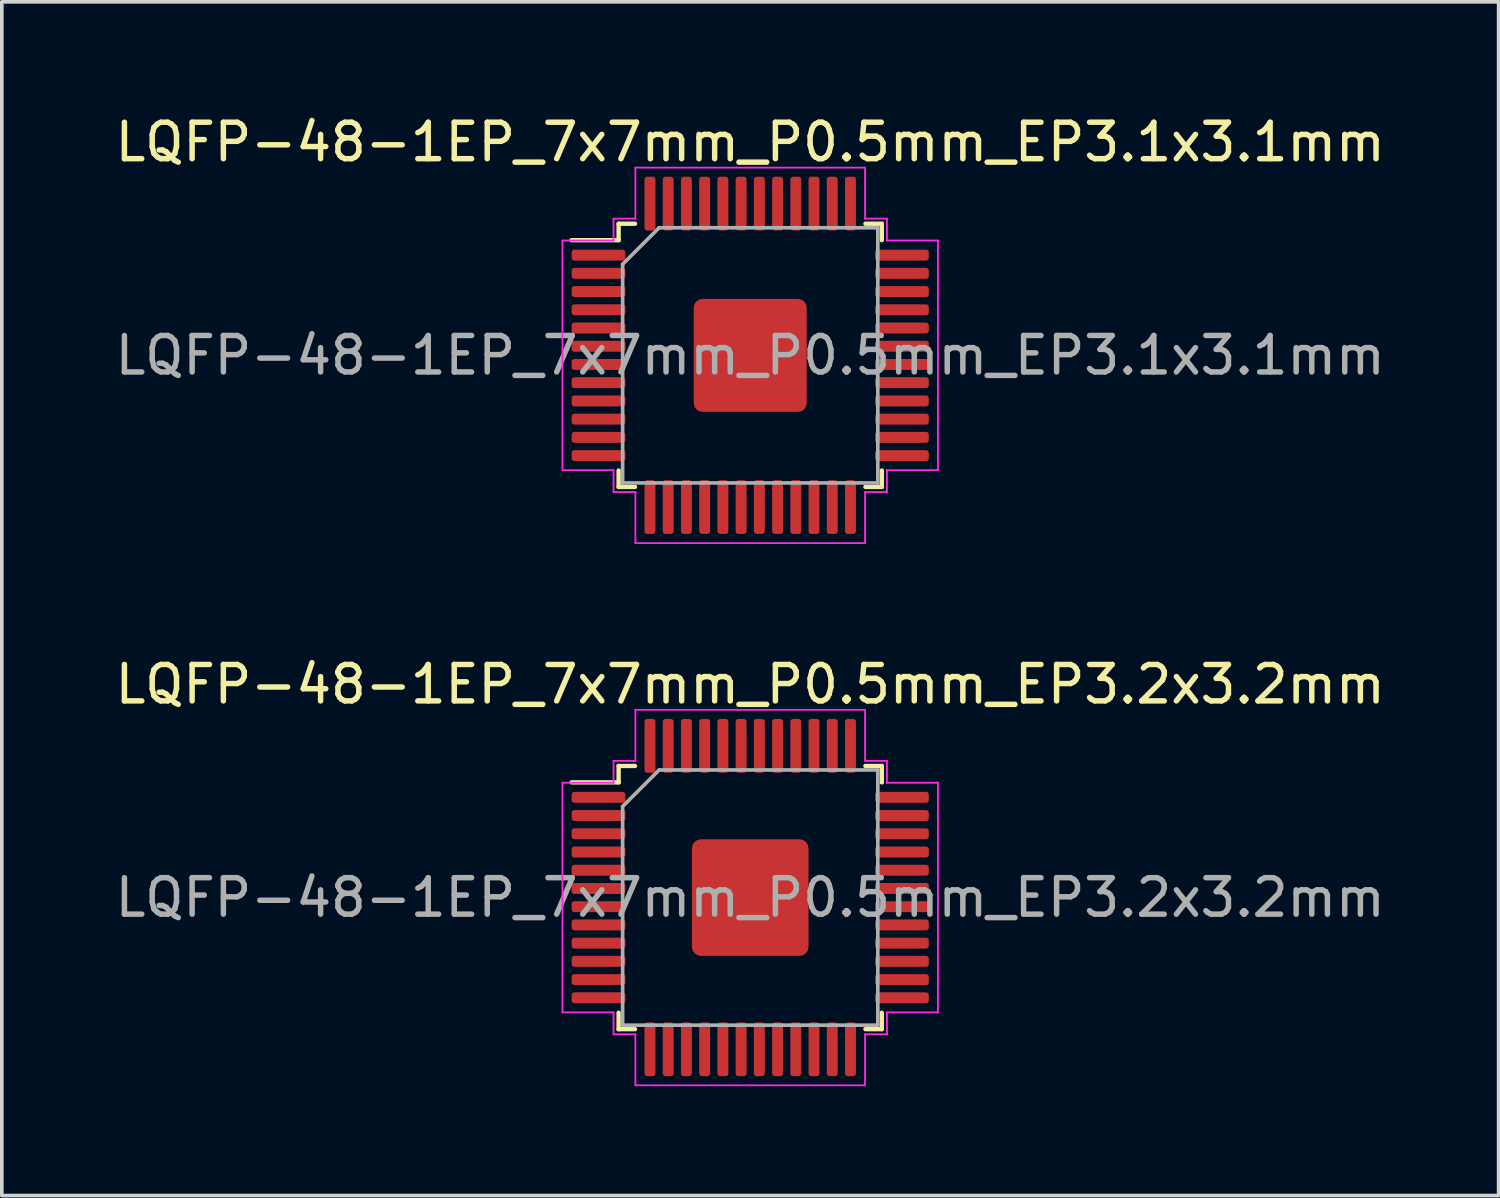
<source format=kicad_pcb>
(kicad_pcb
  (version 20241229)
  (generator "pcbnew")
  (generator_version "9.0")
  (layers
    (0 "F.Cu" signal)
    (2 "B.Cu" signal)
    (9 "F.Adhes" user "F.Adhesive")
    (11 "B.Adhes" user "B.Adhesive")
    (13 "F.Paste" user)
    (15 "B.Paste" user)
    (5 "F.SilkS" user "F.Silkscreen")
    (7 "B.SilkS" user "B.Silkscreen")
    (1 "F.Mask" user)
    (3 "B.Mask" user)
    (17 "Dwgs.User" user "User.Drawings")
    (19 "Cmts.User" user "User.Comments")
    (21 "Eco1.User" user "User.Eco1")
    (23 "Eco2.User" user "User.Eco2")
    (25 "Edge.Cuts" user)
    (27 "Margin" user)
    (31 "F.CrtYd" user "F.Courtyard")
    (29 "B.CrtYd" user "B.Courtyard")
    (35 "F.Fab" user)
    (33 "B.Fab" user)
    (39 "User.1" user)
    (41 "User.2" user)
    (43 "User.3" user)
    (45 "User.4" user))
  (footprint "LQFP-48-1EP_7x7mm_P0.5mm_EP3.2x3.2mm"
    (layer "F.Cu")
    (at 17.53 21.572)
    (property "Reference" "LQFP-48-1EP_7x7mm_P0.5mm_EP3.2x3.2mm" (at 0 -5.85 0) (layer "F.SilkS") (effects (font (size 1 1) (thickness 0.15))))
    (attr smd)
    (fp_line (start -3.61 -3.61) (end -3.61 -3.16) (stroke (width 0.12) (type solid)) (layer "F.SilkS"))
    (fp_line (start -3.61 -3.16) (end -4.9 -3.16) (stroke (width 0.12) (type solid)) (layer "F.SilkS"))
    (fp_line (start -3.61 3.61) (end -3.61 3.16) (stroke (width 0.12) (type solid)) (layer "F.SilkS"))
    (fp_line (start -3.16 -3.61) (end -3.61 -3.61) (stroke (width 0.12) (type solid)) (layer "F.SilkS"))
    (fp_line (start -3.16 3.61) (end -3.61 3.61) (stroke (width 0.12) (type solid)) (layer "F.SilkS"))
    (fp_line (start 3.16 -3.61) (end 3.61 -3.61) (stroke (width 0.12) (type solid)) (layer "F.SilkS"))
    (fp_line (start 3.16 3.61) (end 3.61 3.61) (stroke (width 0.12) (type solid)) (layer "F.SilkS"))
    (fp_line (start 3.61 -3.61) (end 3.61 -3.16) (stroke (width 0.12) (type solid)) (layer "F.SilkS"))
    (fp_line (start 3.61 3.61) (end 3.61 3.16) (stroke (width 0.12) (type solid)) (layer "F.SilkS"))
    (fp_line (start -5.15 -3.15) (end -5.15 0) (stroke (width 0.05) (type solid)) (layer "F.CrtYd"))
    (fp_line (start -5.15 3.15) (end -5.15 0) (stroke (width 0.05) (type solid)) (layer "F.CrtYd"))
    (fp_line (start -3.75 -3.75) (end -3.75 -3.15) (stroke (width 0.05) (type solid)) (layer "F.CrtYd"))
    (fp_line (start -3.75 -3.15) (end -5.15 -3.15) (stroke (width 0.05) (type solid)) (layer "F.CrtYd"))
    (fp_line (start -3.75 3.15) (end -5.15 3.15) (stroke (width 0.05) (type solid)) (layer "F.CrtYd"))
    (fp_line (start -3.75 3.75) (end -3.75 3.15) (stroke (width 0.05) (type solid)) (layer "F.CrtYd"))
    (fp_line (start -3.15 -5.15) (end -3.15 -3.75) (stroke (width 0.05) (type solid)) (layer "F.CrtYd"))
    (fp_line (start -3.15 -3.75) (end -3.75 -3.75) (stroke (width 0.05) (type solid)) (layer "F.CrtYd"))
    (fp_line (start -3.15 3.75) (end -3.75 3.75) (stroke (width 0.05) (type solid)) (layer "F.CrtYd"))
    (fp_line (start -3.15 5.15) (end -3.15 3.75) (stroke (width 0.05) (type solid)) (layer "F.CrtYd"))
    (fp_line (start 0 -5.15) (end -3.15 -5.15) (stroke (width 0.05) (type solid)) (layer "F.CrtYd"))
    (fp_line (start 0 -5.15) (end 3.15 -5.15) (stroke (width 0.05) (type solid)) (layer "F.CrtYd"))
    (fp_line (start 0 5.15) (end -3.15 5.15) (stroke (width 0.05) (type solid)) (layer "F.CrtYd"))
    (fp_line (start 0 5.15) (end 3.15 5.15) (stroke (width 0.05) (type solid)) (layer "F.CrtYd"))
    (fp_line (start 3.15 -5.15) (end 3.15 -3.75) (stroke (width 0.05) (type solid)) (layer "F.CrtYd"))
    (fp_line (start 3.15 -3.75) (end 3.75 -3.75) (stroke (width 0.05) (type solid)) (layer "F.CrtYd"))
    (fp_line (start 3.15 3.75) (end 3.75 3.75) (stroke (width 0.05) (type solid)) (layer "F.CrtYd"))
    (fp_line (start 3.15 5.15) (end 3.15 3.75) (stroke (width 0.05) (type solid)) (layer "F.CrtYd"))
    (fp_line (start 3.75 -3.75) (end 3.75 -3.15) (stroke (width 0.05) (type solid)) (layer "F.CrtYd"))
    (fp_line (start 3.75 -3.15) (end 5.15 -3.15) (stroke (width 0.05) (type solid)) (layer "F.CrtYd"))
    (fp_line (start 3.75 3.15) (end 5.15 3.15) (stroke (width 0.05) (type solid)) (layer "F.CrtYd"))
    (fp_line (start 3.75 3.75) (end 3.75 3.15) (stroke (width 0.05) (type solid)) (layer "F.CrtYd"))
    (fp_line (start 5.15 -3.15) (end 5.15 0) (stroke (width 0.05) (type solid)) (layer "F.CrtYd"))
    (fp_line (start 5.15 3.15) (end 5.15 0) (stroke (width 0.05) (type solid)) (layer "F.CrtYd"))
    (fp_line (start -3.5 -2.5) (end -2.5 -3.5) (stroke (width 0.1) (type solid)) (layer "F.Fab"))
    (fp_line (start -3.5 3.5) (end -3.5 -2.5) (stroke (width 0.1) (type solid)) (layer "F.Fab"))
    (fp_line (start -2.5 -3.5) (end 3.5 -3.5) (stroke (width 0.1) (type solid)) (layer "F.Fab"))
    (fp_line (start 3.5 -3.5) (end 3.5 3.5) (stroke (width 0.1) (type solid)) (layer "F.Fab"))
    (fp_line (start 3.5 3.5) (end -3.5 3.5) (stroke (width 0.1) (type solid)) (layer "F.Fab"))
    (fp_text user "${REFERENCE}" (at 0 0 0) (layer "F.Fab") (effects (font (size 1 1) (thickness 0.15))))
    (pad "" smd roundrect (at 0 0) (size 2.58 2.58) (layers "F.Paste") (roundrect_rratio 0.097))
    (pad "1" smd roundrect (at -4.162 -2.75) (size 1.475 0.3) (layers "F.Cu" "F.Mask" "F.Paste") (roundrect_rratio 0.25))
    (pad "2" smd roundrect (at -4.162 -2.25) (size 1.475 0.3) (layers "F.Cu" "F.Mask" "F.Paste") (roundrect_rratio 0.25))
    (pad "3" smd roundrect (at -4.162 -1.75) (size 1.475 0.3) (layers "F.Cu" "F.Mask" "F.Paste") (roundrect_rratio 0.25))
    (pad "4" smd roundrect (at -4.162 -1.25) (size 1.475 0.3) (layers "F.Cu" "F.Mask" "F.Paste") (roundrect_rratio 0.25))
    (pad "5" smd roundrect (at -4.162 -0.75) (size 1.475 0.3) (layers "F.Cu" "F.Mask" "F.Paste") (roundrect_rratio 0.25))
    (pad "6" smd roundrect (at -4.162 -0.25) (size 1.475 0.3) (layers "F.Cu" "F.Mask" "F.Paste") (roundrect_rratio 0.25))
    (pad "7" smd roundrect (at -4.162 0.25) (size 1.475 0.3) (layers "F.Cu" "F.Mask" "F.Paste") (roundrect_rratio 0.25))
    (pad "8" smd roundrect (at -4.162 0.75) (size 1.475 0.3) (layers "F.Cu" "F.Mask" "F.Paste") (roundrect_rratio 0.25))
    (pad "9" smd roundrect (at -4.162 1.25) (size 1.475 0.3) (layers "F.Cu" "F.Mask" "F.Paste") (roundrect_rratio 0.25))
    (pad "10" smd roundrect (at -4.162 1.75) (size 1.475 0.3) (layers "F.Cu" "F.Mask" "F.Paste") (roundrect_rratio 0.25))
    (pad "11" smd roundrect (at -4.162 2.25) (size 1.475 0.3) (layers "F.Cu" "F.Mask" "F.Paste") (roundrect_rratio 0.25))
    (pad "12" smd roundrect (at -4.162 2.75) (size 1.475 0.3) (layers "F.Cu" "F.Mask" "F.Paste") (roundrect_rratio 0.25))
    (pad "13" smd roundrect (at -2.75 4.162) (size 0.3 1.475) (layers "F.Cu" "F.Mask" "F.Paste") (roundrect_rratio 0.25))
    (pad "14" smd roundrect (at -2.25 4.162) (size 0.3 1.475) (layers "F.Cu" "F.Mask" "F.Paste") (roundrect_rratio 0.25))
    (pad "15" smd roundrect (at -1.75 4.162) (size 0.3 1.475) (layers "F.Cu" "F.Mask" "F.Paste") (roundrect_rratio 0.25))
    (pad "16" smd roundrect (at -1.25 4.162) (size 0.3 1.475) (layers "F.Cu" "F.Mask" "F.Paste") (roundrect_rratio 0.25))
    (pad "17" smd roundrect (at -0.75 4.162) (size 0.3 1.475) (layers "F.Cu" "F.Mask" "F.Paste") (roundrect_rratio 0.25))
    (pad "18" smd roundrect (at -0.25 4.162) (size 0.3 1.475) (layers "F.Cu" "F.Mask" "F.Paste") (roundrect_rratio 0.25))
    (pad "19" smd roundrect (at 0.25 4.162) (size 0.3 1.475) (layers "F.Cu" "F.Mask" "F.Paste") (roundrect_rratio 0.25))
    (pad "20" smd roundrect (at 0.75 4.162) (size 0.3 1.475) (layers "F.Cu" "F.Mask" "F.Paste") (roundrect_rratio 0.25))
    (pad "21" smd roundrect (at 1.25 4.162) (size 0.3 1.475) (layers "F.Cu" "F.Mask" "F.Paste") (roundrect_rratio 0.25))
    (pad "22" smd roundrect (at 1.75 4.162) (size 0.3 1.475) (layers "F.Cu" "F.Mask" "F.Paste") (roundrect_rratio 0.25))
    (pad "23" smd roundrect (at 2.25 4.162) (size 0.3 1.475) (layers "F.Cu" "F.Mask" "F.Paste") (roundrect_rratio 0.25))
    (pad "24" smd roundrect (at 2.75 4.162) (size 0.3 1.475) (layers "F.Cu" "F.Mask" "F.Paste") (roundrect_rratio 0.25))
    (pad "25" smd roundrect (at 4.162 2.75) (size 1.475 0.3) (layers "F.Cu" "F.Mask" "F.Paste") (roundrect_rratio 0.25))
    (pad "26" smd roundrect (at 4.162 2.25) (size 1.475 0.3) (layers "F.Cu" "F.Mask" "F.Paste") (roundrect_rratio 0.25))
    (pad "27" smd roundrect (at 4.162 1.75) (size 1.475 0.3) (layers "F.Cu" "F.Mask" "F.Paste") (roundrect_rratio 0.25))
    (pad "28" smd roundrect (at 4.162 1.25) (size 1.475 0.3) (layers "F.Cu" "F.Mask" "F.Paste") (roundrect_rratio 0.25))
    (pad "29" smd roundrect (at 4.162 0.75) (size 1.475 0.3) (layers "F.Cu" "F.Mask" "F.Paste") (roundrect_rratio 0.25))
    (pad "30" smd roundrect (at 4.162 0.25) (size 1.475 0.3) (layers "F.Cu" "F.Mask" "F.Paste") (roundrect_rratio 0.25))
    (pad "31" smd roundrect (at 4.162 -0.25) (size 1.475 0.3) (layers "F.Cu" "F.Mask" "F.Paste") (roundrect_rratio 0.25))
    (pad "32" smd roundrect (at 4.162 -0.75) (size 1.475 0.3) (layers "F.Cu" "F.Mask" "F.Paste") (roundrect_rratio 0.25))
    (pad "33" smd roundrect (at 4.162 -1.25) (size 1.475 0.3) (layers "F.Cu" "F.Mask" "F.Paste") (roundrect_rratio 0.25))
    (pad "34" smd roundrect (at 4.162 -1.75) (size 1.475 0.3) (layers "F.Cu" "F.Mask" "F.Paste") (roundrect_rratio 0.25))
    (pad "35" smd roundrect (at 4.162 -2.25) (size 1.475 0.3) (layers "F.Cu" "F.Mask" "F.Paste") (roundrect_rratio 0.25))
    (pad "36" smd roundrect (at 4.162 -2.75) (size 1.475 0.3) (layers "F.Cu" "F.Mask" "F.Paste") (roundrect_rratio 0.25))
    (pad "37" smd roundrect (at 2.75 -4.162) (size 0.3 1.475) (layers "F.Cu" "F.Mask" "F.Paste") (roundrect_rratio 0.25))
    (pad "38" smd roundrect (at 2.25 -4.162) (size 0.3 1.475) (layers "F.Cu" "F.Mask" "F.Paste") (roundrect_rratio 0.25))
    (pad "39" smd roundrect (at 1.75 -4.162) (size 0.3 1.475) (layers "F.Cu" "F.Mask" "F.Paste") (roundrect_rratio 0.25))
    (pad "40" smd roundrect (at 1.25 -4.162) (size 0.3 1.475) (layers "F.Cu" "F.Mask" "F.Paste") (roundrect_rratio 0.25))
    (pad "41" smd roundrect (at 0.75 -4.162) (size 0.3 1.475) (layers "F.Cu" "F.Mask" "F.Paste") (roundrect_rratio 0.25))
    (pad "42" smd roundrect (at 0.25 -4.162) (size 0.3 1.475) (layers "F.Cu" "F.Mask" "F.Paste") (roundrect_rratio 0.25))
    (pad "43" smd roundrect (at -0.25 -4.162) (size 0.3 1.475) (layers "F.Cu" "F.Mask" "F.Paste") (roundrect_rratio 0.25))
    (pad "44" smd roundrect (at -0.75 -4.162) (size 0.3 1.475) (layers "F.Cu" "F.Mask" "F.Paste") (roundrect_rratio 0.25))
    (pad "45" smd roundrect (at -1.25 -4.162) (size 0.3 1.475) (layers "F.Cu" "F.Mask" "F.Paste") (roundrect_rratio 0.25))
    (pad "46" smd roundrect (at -1.75 -4.162) (size 0.3 1.475) (layers "F.Cu" "F.Mask" "F.Paste") (roundrect_rratio 0.25))
    (pad "47" smd roundrect (at -2.25 -4.162) (size 0.3 1.475) (layers "F.Cu" "F.Mask" "F.Paste") (roundrect_rratio 0.25))
    (pad "48" smd roundrect (at -2.75 -4.162) (size 0.3 1.475) (layers "F.Cu" "F.Mask" "F.Paste") (roundrect_rratio 0.25))
    (pad "49" smd roundrect (at 0 0) (size 3.2 3.2) (layers "F.Cu" "F.Mask") (roundrect_rratio 0.078)))
  (footprint "LQFP-48-1EP_7x7mm_P0.5mm_EP3.1x3.1mm"
    (layer "F.Cu")
    (at 17.53 6.698)
    (property "Reference" "LQFP-48-1EP_7x7mm_P0.5mm_EP3.1x3.1mm" (at 0 -5.85 0) (layer "F.SilkS") (effects (font (size 1 1) (thickness 0.15))))
    (attr smd)
    (fp_line (start -3.61 -3.61) (end -3.61 -3.16) (stroke (width 0.12) (type solid)) (layer "F.SilkS"))
    (fp_line (start -3.61 -3.16) (end -4.9 -3.16) (stroke (width 0.12) (type solid)) (layer "F.SilkS"))
    (fp_line (start -3.61 3.61) (end -3.61 3.16) (stroke (width 0.12) (type solid)) (layer "F.SilkS"))
    (fp_line (start -3.16 -3.61) (end -3.61 -3.61) (stroke (width 0.12) (type solid)) (layer "F.SilkS"))
    (fp_line (start -3.16 3.61) (end -3.61 3.61) (stroke (width 0.12) (type solid)) (layer "F.SilkS"))
    (fp_line (start 3.16 -3.61) (end 3.61 -3.61) (stroke (width 0.12) (type solid)) (layer "F.SilkS"))
    (fp_line (start 3.16 3.61) (end 3.61 3.61) (stroke (width 0.12) (type solid)) (layer "F.SilkS"))
    (fp_line (start 3.61 -3.61) (end 3.61 -3.16) (stroke (width 0.12) (type solid)) (layer "F.SilkS"))
    (fp_line (start 3.61 3.61) (end 3.61 3.16) (stroke (width 0.12) (type solid)) (layer "F.SilkS"))
    (fp_line (start -5.15 -3.15) (end -5.15 0) (stroke (width 0.05) (type solid)) (layer "F.CrtYd"))
    (fp_line (start -5.15 3.15) (end -5.15 0) (stroke (width 0.05) (type solid)) (layer "F.CrtYd"))
    (fp_line (start -3.75 -3.75) (end -3.75 -3.15) (stroke (width 0.05) (type solid)) (layer "F.CrtYd"))
    (fp_line (start -3.75 -3.15) (end -5.15 -3.15) (stroke (width 0.05) (type solid)) (layer "F.CrtYd"))
    (fp_line (start -3.75 3.15) (end -5.15 3.15) (stroke (width 0.05) (type solid)) (layer "F.CrtYd"))
    (fp_line (start -3.75 3.75) (end -3.75 3.15) (stroke (width 0.05) (type solid)) (layer "F.CrtYd"))
    (fp_line (start -3.15 -5.15) (end -3.15 -3.75) (stroke (width 0.05) (type solid)) (layer "F.CrtYd"))
    (fp_line (start -3.15 -3.75) (end -3.75 -3.75) (stroke (width 0.05) (type solid)) (layer "F.CrtYd"))
    (fp_line (start -3.15 3.75) (end -3.75 3.75) (stroke (width 0.05) (type solid)) (layer "F.CrtYd"))
    (fp_line (start -3.15 5.15) (end -3.15 3.75) (stroke (width 0.05) (type solid)) (layer "F.CrtYd"))
    (fp_line (start 0 -5.15) (end -3.15 -5.15) (stroke (width 0.05) (type solid)) (layer "F.CrtYd"))
    (fp_line (start 0 -5.15) (end 3.15 -5.15) (stroke (width 0.05) (type solid)) (layer "F.CrtYd"))
    (fp_line (start 0 5.15) (end -3.15 5.15) (stroke (width 0.05) (type solid)) (layer "F.CrtYd"))
    (fp_line (start 0 5.15) (end 3.15 5.15) (stroke (width 0.05) (type solid)) (layer "F.CrtYd"))
    (fp_line (start 3.15 -5.15) (end 3.15 -3.75) (stroke (width 0.05) (type solid)) (layer "F.CrtYd"))
    (fp_line (start 3.15 -3.75) (end 3.75 -3.75) (stroke (width 0.05) (type solid)) (layer "F.CrtYd"))
    (fp_line (start 3.15 3.75) (end 3.75 3.75) (stroke (width 0.05) (type solid)) (layer "F.CrtYd"))
    (fp_line (start 3.15 5.15) (end 3.15 3.75) (stroke (width 0.05) (type solid)) (layer "F.CrtYd"))
    (fp_line (start 3.75 -3.75) (end 3.75 -3.15) (stroke (width 0.05) (type solid)) (layer "F.CrtYd"))
    (fp_line (start 3.75 -3.15) (end 5.15 -3.15) (stroke (width 0.05) (type solid)) (layer "F.CrtYd"))
    (fp_line (start 3.75 3.15) (end 5.15 3.15) (stroke (width 0.05) (type solid)) (layer "F.CrtYd"))
    (fp_line (start 3.75 3.75) (end 3.75 3.15) (stroke (width 0.05) (type solid)) (layer "F.CrtYd"))
    (fp_line (start 5.15 -3.15) (end 5.15 0) (stroke (width 0.05) (type solid)) (layer "F.CrtYd"))
    (fp_line (start 5.15 3.15) (end 5.15 0) (stroke (width 0.05) (type solid)) (layer "F.CrtYd"))
    (fp_line (start -3.5 -2.5) (end -2.5 -3.5) (stroke (width 0.1) (type solid)) (layer "F.Fab"))
    (fp_line (start -3.5 3.5) (end -3.5 -2.5) (stroke (width 0.1) (type solid)) (layer "F.Fab"))
    (fp_line (start -2.5 -3.5) (end 3.5 -3.5) (stroke (width 0.1) (type solid)) (layer "F.Fab"))
    (fp_line (start 3.5 -3.5) (end 3.5 3.5) (stroke (width 0.1) (type solid)) (layer "F.Fab"))
    (fp_line (start 3.5 3.5) (end -3.5 3.5) (stroke (width 0.1) (type solid)) (layer "F.Fab"))
    (fp_text user "${REFERENCE}" (at 0 0 0) (layer "F.Fab") (effects (font (size 1 1) (thickness 0.15))))
    (pad "" smd roundrect (at 0 0) (size 2.58 2.58) (layers "F.Paste") (roundrect_rratio 0.097))
    (pad "1" smd roundrect (at -4.162 -2.75) (size 1.475 0.3) (layers "F.Cu" "F.Mask" "F.Paste") (roundrect_rratio 0.25))
    (pad "2" smd roundrect (at -4.162 -2.25) (size 1.475 0.3) (layers "F.Cu" "F.Mask" "F.Paste") (roundrect_rratio 0.25))
    (pad "3" smd roundrect (at -4.162 -1.75) (size 1.475 0.3) (layers "F.Cu" "F.Mask" "F.Paste") (roundrect_rratio 0.25))
    (pad "4" smd roundrect (at -4.162 -1.25) (size 1.475 0.3) (layers "F.Cu" "F.Mask" "F.Paste") (roundrect_rratio 0.25))
    (pad "5" smd roundrect (at -4.162 -0.75) (size 1.475 0.3) (layers "F.Cu" "F.Mask" "F.Paste") (roundrect_rratio 0.25))
    (pad "6" smd roundrect (at -4.162 -0.25) (size 1.475 0.3) (layers "F.Cu" "F.Mask" "F.Paste") (roundrect_rratio 0.25))
    (pad "7" smd roundrect (at -4.162 0.25) (size 1.475 0.3) (layers "F.Cu" "F.Mask" "F.Paste") (roundrect_rratio 0.25))
    (pad "8" smd roundrect (at -4.162 0.75) (size 1.475 0.3) (layers "F.Cu" "F.Mask" "F.Paste") (roundrect_rratio 0.25))
    (pad "9" smd roundrect (at -4.162 1.25) (size 1.475 0.3) (layers "F.Cu" "F.Mask" "F.Paste") (roundrect_rratio 0.25))
    (pad "10" smd roundrect (at -4.162 1.75) (size 1.475 0.3) (layers "F.Cu" "F.Mask" "F.Paste") (roundrect_rratio 0.25))
    (pad "11" smd roundrect (at -4.162 2.25) (size 1.475 0.3) (layers "F.Cu" "F.Mask" "F.Paste") (roundrect_rratio 0.25))
    (pad "12" smd roundrect (at -4.162 2.75) (size 1.475 0.3) (layers "F.Cu" "F.Mask" "F.Paste") (roundrect_rratio 0.25))
    (pad "13" smd roundrect (at -2.75 4.162) (size 0.3 1.475) (layers "F.Cu" "F.Mask" "F.Paste") (roundrect_rratio 0.25))
    (pad "14" smd roundrect (at -2.25 4.162) (size 0.3 1.475) (layers "F.Cu" "F.Mask" "F.Paste") (roundrect_rratio 0.25))
    (pad "15" smd roundrect (at -1.75 4.162) (size 0.3 1.475) (layers "F.Cu" "F.Mask" "F.Paste") (roundrect_rratio 0.25))
    (pad "16" smd roundrect (at -1.25 4.162) (size 0.3 1.475) (layers "F.Cu" "F.Mask" "F.Paste") (roundrect_rratio 0.25))
    (pad "17" smd roundrect (at -0.75 4.162) (size 0.3 1.475) (layers "F.Cu" "F.Mask" "F.Paste") (roundrect_rratio 0.25))
    (pad "18" smd roundrect (at -0.25 4.162) (size 0.3 1.475) (layers "F.Cu" "F.Mask" "F.Paste") (roundrect_rratio 0.25))
    (pad "19" smd roundrect (at 0.25 4.162) (size 0.3 1.475) (layers "F.Cu" "F.Mask" "F.Paste") (roundrect_rratio 0.25))
    (pad "20" smd roundrect (at 0.75 4.162) (size 0.3 1.475) (layers "F.Cu" "F.Mask" "F.Paste") (roundrect_rratio 0.25))
    (pad "21" smd roundrect (at 1.25 4.162) (size 0.3 1.475) (layers "F.Cu" "F.Mask" "F.Paste") (roundrect_rratio 0.25))
    (pad "22" smd roundrect (at 1.75 4.162) (size 0.3 1.475) (layers "F.Cu" "F.Mask" "F.Paste") (roundrect_rratio 0.25))
    (pad "23" smd roundrect (at 2.25 4.162) (size 0.3 1.475) (layers "F.Cu" "F.Mask" "F.Paste") (roundrect_rratio 0.25))
    (pad "24" smd roundrect (at 2.75 4.162) (size 0.3 1.475) (layers "F.Cu" "F.Mask" "F.Paste") (roundrect_rratio 0.25))
    (pad "25" smd roundrect (at 4.162 2.75) (size 1.475 0.3) (layers "F.Cu" "F.Mask" "F.Paste") (roundrect_rratio 0.25))
    (pad "26" smd roundrect (at 4.162 2.25) (size 1.475 0.3) (layers "F.Cu" "F.Mask" "F.Paste") (roundrect_rratio 0.25))
    (pad "27" smd roundrect (at 4.162 1.75) (size 1.475 0.3) (layers "F.Cu" "F.Mask" "F.Paste") (roundrect_rratio 0.25))
    (pad "28" smd roundrect (at 4.162 1.25) (size 1.475 0.3) (layers "F.Cu" "F.Mask" "F.Paste") (roundrect_rratio 0.25))
    (pad "29" smd roundrect (at 4.162 0.75) (size 1.475 0.3) (layers "F.Cu" "F.Mask" "F.Paste") (roundrect_rratio 0.25))
    (pad "30" smd roundrect (at 4.162 0.25) (size 1.475 0.3) (layers "F.Cu" "F.Mask" "F.Paste") (roundrect_rratio 0.25))
    (pad "31" smd roundrect (at 4.162 -0.25) (size 1.475 0.3) (layers "F.Cu" "F.Mask" "F.Paste") (roundrect_rratio 0.25))
    (pad "32" smd roundrect (at 4.162 -0.75) (size 1.475 0.3) (layers "F.Cu" "F.Mask" "F.Paste") (roundrect_rratio 0.25))
    (pad "33" smd roundrect (at 4.162 -1.25) (size 1.475 0.3) (layers "F.Cu" "F.Mask" "F.Paste") (roundrect_rratio 0.25))
    (pad "34" smd roundrect (at 4.162 -1.75) (size 1.475 0.3) (layers "F.Cu" "F.Mask" "F.Paste") (roundrect_rratio 0.25))
    (pad "35" smd roundrect (at 4.162 -2.25) (size 1.475 0.3) (layers "F.Cu" "F.Mask" "F.Paste") (roundrect_rratio 0.25))
    (pad "36" smd roundrect (at 4.162 -2.75) (size 1.475 0.3) (layers "F.Cu" "F.Mask" "F.Paste") (roundrect_rratio 0.25))
    (pad "37" smd roundrect (at 2.75 -4.162) (size 0.3 1.475) (layers "F.Cu" "F.Mask" "F.Paste") (roundrect_rratio 0.25))
    (pad "38" smd roundrect (at 2.25 -4.162) (size 0.3 1.475) (layers "F.Cu" "F.Mask" "F.Paste") (roundrect_rratio 0.25))
    (pad "39" smd roundrect (at 1.75 -4.162) (size 0.3 1.475) (layers "F.Cu" "F.Mask" "F.Paste") (roundrect_rratio 0.25))
    (pad "40" smd roundrect (at 1.25 -4.162) (size 0.3 1.475) (layers "F.Cu" "F.Mask" "F.Paste") (roundrect_rratio 0.25))
    (pad "41" smd roundrect (at 0.75 -4.162) (size 0.3 1.475) (layers "F.Cu" "F.Mask" "F.Paste") (roundrect_rratio 0.25))
    (pad "42" smd roundrect (at 0.25 -4.162) (size 0.3 1.475) (layers "F.Cu" "F.Mask" "F.Paste") (roundrect_rratio 0.25))
    (pad "43" smd roundrect (at -0.25 -4.162) (size 0.3 1.475) (layers "F.Cu" "F.Mask" "F.Paste") (roundrect_rratio 0.25))
    (pad "44" smd roundrect (at -0.75 -4.162) (size 0.3 1.475) (layers "F.Cu" "F.Mask" "F.Paste") (roundrect_rratio 0.25))
    (pad "45" smd roundrect (at -1.25 -4.162) (size 0.3 1.475) (layers "F.Cu" "F.Mask" "F.Paste") (roundrect_rratio 0.25))
    (pad "46" smd roundrect (at -1.75 -4.162) (size 0.3 1.475) (layers "F.Cu" "F.Mask" "F.Paste") (roundrect_rratio 0.25))
    (pad "47" smd roundrect (at -2.25 -4.162) (size 0.3 1.475) (layers "F.Cu" "F.Mask" "F.Paste") (roundrect_rratio 0.25))
    (pad "48" smd roundrect (at -2.75 -4.162) (size 0.3 1.475) (layers "F.Cu" "F.Mask" "F.Paste") (roundrect_rratio 0.25))
    (pad "49" smd roundrect (at 0 0) (size 3.1 3.1) (layers "F.Cu" "F.Mask") (roundrect_rratio 0.078)))
  (gr_rect
    (start -3 -3)
    (end 38.06 29.747)
    (stroke (width 0.1) (type default))
    (fill no)
    (layer "Edge.Cuts")))
</source>
